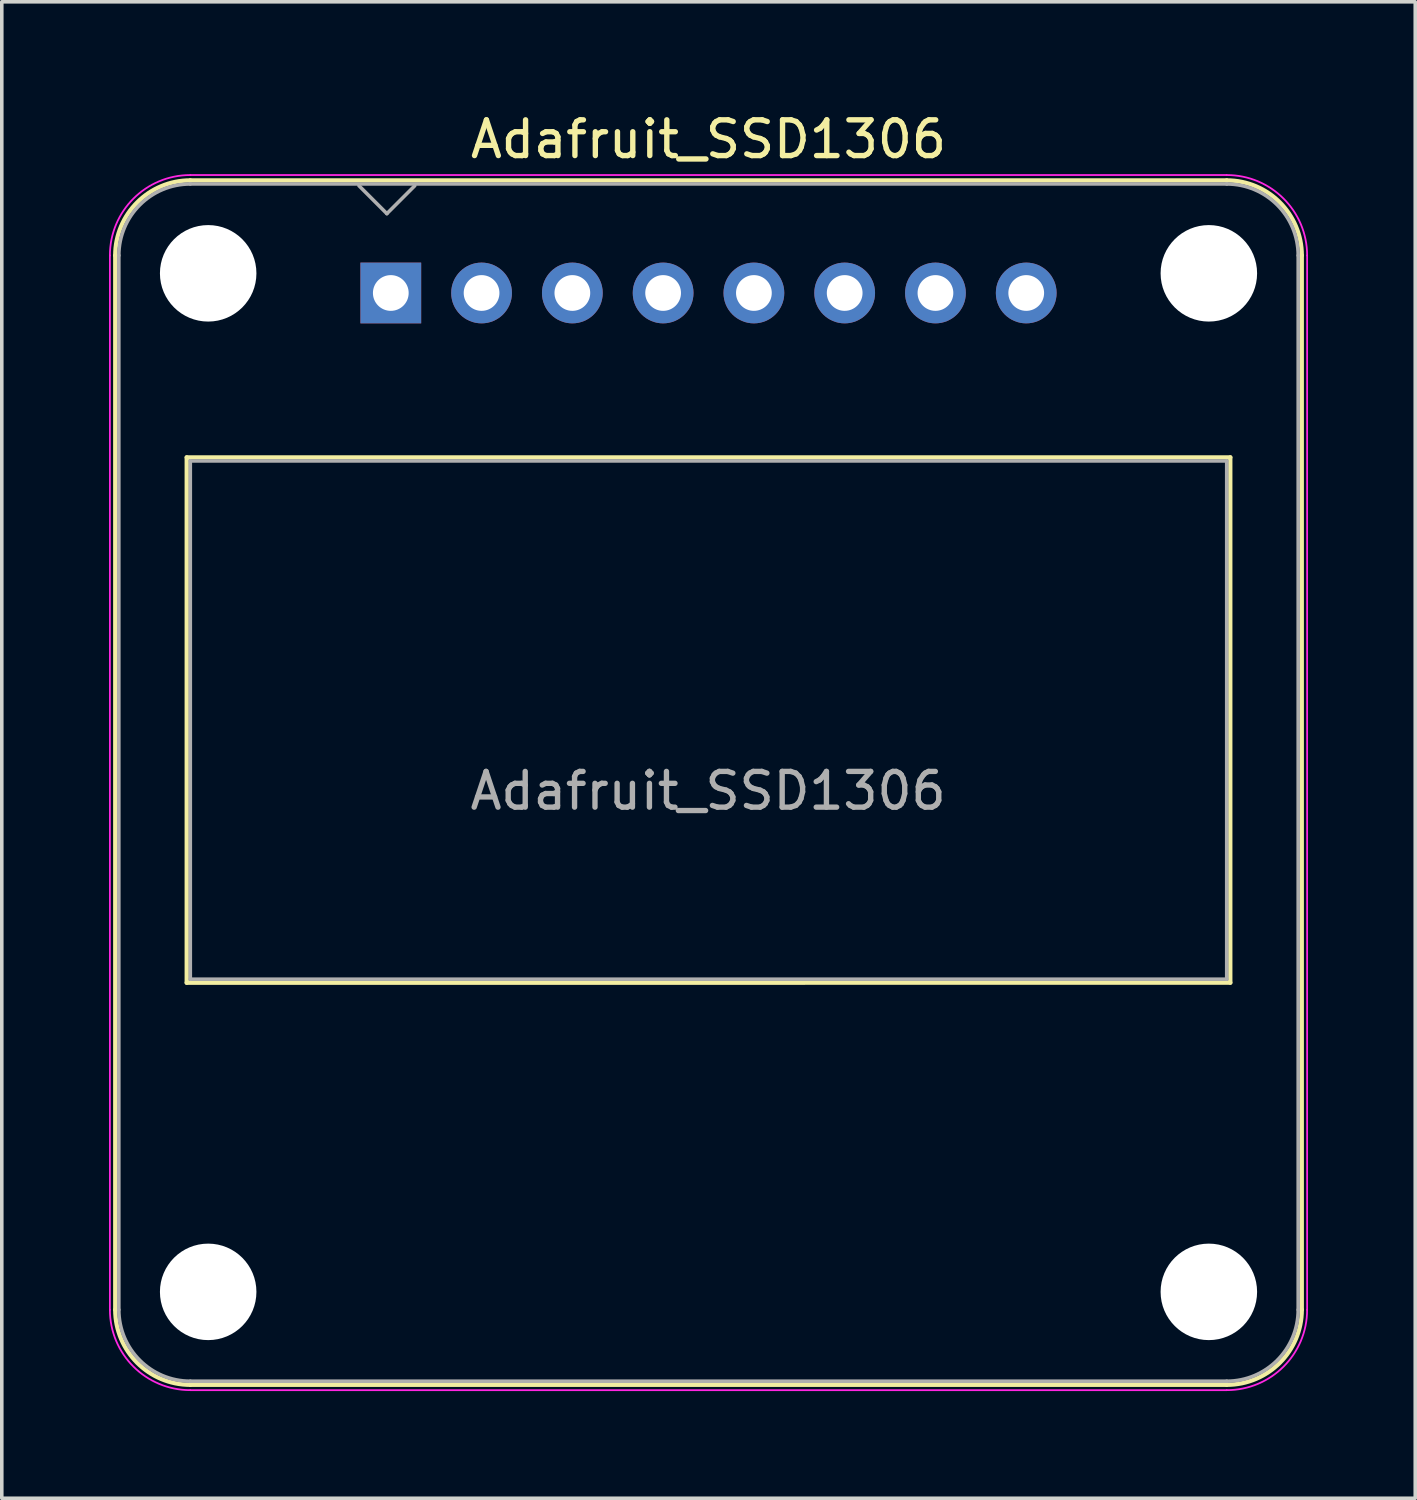
<source format=kicad_pcb>
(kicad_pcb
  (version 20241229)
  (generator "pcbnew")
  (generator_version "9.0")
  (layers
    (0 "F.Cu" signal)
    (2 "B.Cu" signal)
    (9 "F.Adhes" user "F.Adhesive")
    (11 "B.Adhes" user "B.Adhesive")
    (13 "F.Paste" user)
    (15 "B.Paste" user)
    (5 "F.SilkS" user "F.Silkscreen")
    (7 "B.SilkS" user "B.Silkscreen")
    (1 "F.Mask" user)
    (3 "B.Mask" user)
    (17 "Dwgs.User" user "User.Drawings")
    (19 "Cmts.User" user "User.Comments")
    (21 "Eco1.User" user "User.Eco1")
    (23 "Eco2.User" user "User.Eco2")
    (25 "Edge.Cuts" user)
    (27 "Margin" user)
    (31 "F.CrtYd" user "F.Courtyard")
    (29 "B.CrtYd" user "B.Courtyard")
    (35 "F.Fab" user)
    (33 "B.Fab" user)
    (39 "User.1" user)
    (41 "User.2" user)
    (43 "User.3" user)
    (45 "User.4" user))
  (footprint "Adafruit_SSD1306"
    (layer "F.Cu")
    (at 16.775 18.848)
    (property "Reference" "Adafruit_SSD1306" (at 0 -18 0) (layer "F.SilkS") (effects (font (size 1 1) (thickness 0.15))))
    (attr through_hole)
    (fp_line (start -16.6 -14.75) (end -16.6 14.75) (stroke (width 0.12) (type solid)) (layer "F.SilkS"))
    (fp_line (start -14.6 -9.1) (end -14.6 5.6) (stroke (width 0.12) (type solid)) (layer "F.SilkS"))
    (fp_line (start -14.6 -9.1) (end 14.6 -9.1) (stroke (width 0.12) (type solid)) (layer "F.SilkS"))
    (fp_line (start -14.6 5.6) (end 14.6 5.598) (stroke (width 0.12) (type solid)) (layer "F.SilkS"))
    (fp_line (start -14.5 16.85) (end 14.5 16.85) (stroke (width 0.12) (type solid)) (layer "F.SilkS"))
    (fp_line (start 14.5 -16.85) (end -14.5 -16.85) (stroke (width 0.12) (type solid)) (layer "F.SilkS"))
    (fp_line (start 14.6 -9.1) (end 14.6 5.598) (stroke (width 0.12) (type solid)) (layer "F.SilkS"))
    (fp_line (start 16.6 -14.75) (end 16.6 14.75) (stroke (width 0.12) (type solid)) (layer "F.SilkS"))
    (fp_arc (start -16.6 -14.75) (mid -15.984924 -16.234924) (end -14.5 -16.85) (stroke (width 0.12) (type solid)) (layer "F.SilkS"))
    (fp_arc (start -14.5 16.85) (mid -15.984924 16.234924) (end -16.6 14.75) (stroke (width 0.12) (type solid)) (layer "F.SilkS"))
    (fp_arc (start 14.5 -16.85) (mid 15.984924 -16.234924) (end 16.6 -14.75) (stroke (width 0.12) (type solid)) (layer "F.SilkS"))
    (fp_arc (start 16.6 14.75) (mid 15.984924 16.234924) (end 14.5 16.85) (stroke (width 0.12) (type solid)) (layer "F.SilkS"))
    (fp_line (start -16.75 -14.75) (end -16.75 14.75) (stroke (width 0.05) (type solid)) (layer "F.CrtYd"))
    (fp_line (start -14.5 17) (end 14.5 17) (stroke (width 0.05) (type solid)) (layer "F.CrtYd"))
    (fp_line (start 14.5 -17) (end -14.5 -17) (stroke (width 0.05) (type solid)) (layer "F.CrtYd"))
    (fp_line (start 16.75 -14.75) (end 16.75 14.75) (stroke (width 0.05) (type solid)) (layer "F.CrtYd"))
    (fp_arc (start -16.75 -14.75) (mid -16.09099 -16.34099) (end -14.5 -17) (stroke (width 0.05) (type solid)) (layer "F.CrtYd"))
    (fp_arc (start -14.5 17) (mid -16.09099 16.34099) (end -16.75 14.75) (stroke (width 0.05) (type solid)) (layer "F.CrtYd"))
    (fp_arc (start 14.5 -17) (mid 16.09099 -16.34099) (end 16.75 -14.75) (stroke (width 0.05) (type solid)) (layer "F.CrtYd"))
    (fp_arc (start 16.75 14.75) (mid 16.09099 16.34099) (end 14.5 17) (stroke (width 0.05) (type solid)) (layer "F.CrtYd"))
    (fp_line (start -16.5 -14.75) (end -16.5 14.75) (stroke (width 0.1) (type solid)) (layer "F.Fab"))
    (fp_line (start -14.5 -9) (end -14.5 5.5) (stroke (width 0.1) (type solid)) (layer "F.Fab"))
    (fp_line (start -14.5 -9) (end 14.5 -9) (stroke (width 0.1) (type solid)) (layer "F.Fab"))
    (fp_line (start -14.5 5.5) (end 14.5 5.5) (stroke (width 0.1) (type solid)) (layer "F.Fab"))
    (fp_line (start -14.5 16.75) (end 14.5 16.75) (stroke (width 0.1) (type solid)) (layer "F.Fab"))
    (fp_line (start -9.78 -16.7) (end -9 -15.92) (stroke (width 0.1) (type solid)) (layer "F.Fab"))
    (fp_line (start -9 -15.92) (end -8.22 -16.7) (stroke (width 0.1) (type solid)) (layer "F.Fab"))
    (fp_line (start 14.5 -16.75) (end -14.5 -16.75) (stroke (width 0.1) (type solid)) (layer "F.Fab"))
    (fp_line (start 14.5 -9) (end 14.5 5.5) (stroke (width 0.1) (type solid)) (layer "F.Fab"))
    (fp_line (start 16.5 -14.75) (end 16.5 14.75) (stroke (width 0.1) (type solid)) (layer "F.Fab"))
    (fp_arc (start -16.5 -14.75) (mid -15.914214 -16.164214) (end -14.5 -16.75) (stroke (width 0.1) (type solid)) (layer "F.Fab"))
    (fp_arc (start -14.5 16.75) (mid -15.914214 16.164214) (end -16.5 14.75) (stroke (width 0.1) (type solid)) (layer "F.Fab"))
    (fp_arc (start 14.5 -16.75) (mid 15.914214 -16.164214) (end 16.5 -14.75) (stroke (width 0.1) (type solid)) (layer "F.Fab"))
    (fp_arc (start 16.5 14.75) (mid 15.914214 16.164214) (end 14.5 16.75) (stroke (width 0.1) (type solid)) (layer "F.Fab"))
    (fp_text user "${REFERENCE}" (at -0.01 0.232 0) (layer "F.Fab") (effects (font (size 1 1) (thickness 0.15))))
    (pad "" np_thru_hole circle (at -14 -14.25) (size 2.7 2.7) (drill 2.7) (layers "*.Cu" "*.Mask"))
    (pad "" np_thru_hole circle (at -14 14.25) (size 2.7 2.7) (drill 2.7) (layers "*.Cu" "*.Mask"))
    (pad "" np_thru_hole circle (at 14 -14.25) (size 2.7 2.7) (drill 2.7) (layers "*.Cu" "*.Mask"))
    (pad "" np_thru_hole circle (at 14 14.25) (size 2.7 2.7) (drill 2.7) (layers "*.Cu" "*.Mask"))
    (pad "1" thru_hole rect (at -8.89 -13.7) (size 1.7 1.7) (drill 1) (layers "*.Cu" "*.Mask"))
    (pad "2" thru_hole circle (at -6.35 -13.7) (size 1.7 1.7) (drill 1) (layers "*.Cu" "*.Mask"))
    (pad "3" thru_hole circle (at -3.81 -13.7) (size 1.7 1.7) (drill 1) (layers "*.Cu" "*.Mask"))
    (pad "4" thru_hole circle (at -1.27 -13.7) (size 1.7 1.7) (drill 1) (layers "*.Cu" "*.Mask"))
    (pad "5" thru_hole circle (at 1.27 -13.7) (size 1.7 1.7) (drill 1) (layers "*.Cu" "*.Mask"))
    (pad "6" thru_hole circle (at 3.81 -13.7) (size 1.7 1.7) (drill 1) (layers "*.Cu" "*.Mask"))
    (pad "7" thru_hole circle (at 6.35 -13.7) (size 1.7 1.7) (drill 1) (layers "*.Cu" "*.Mask"))
    (pad "8" thru_hole circle (at 8.89 -13.7) (size 1.7 1.7) (drill 1) (layers "*.Cu" "*.Mask")))
  (gr_rect
    (start -3 -3)
    (end 36.55 38.873)
    (stroke (width 0.1) (type default))
    (fill no)
    (layer "Edge.Cuts")))
</source>
